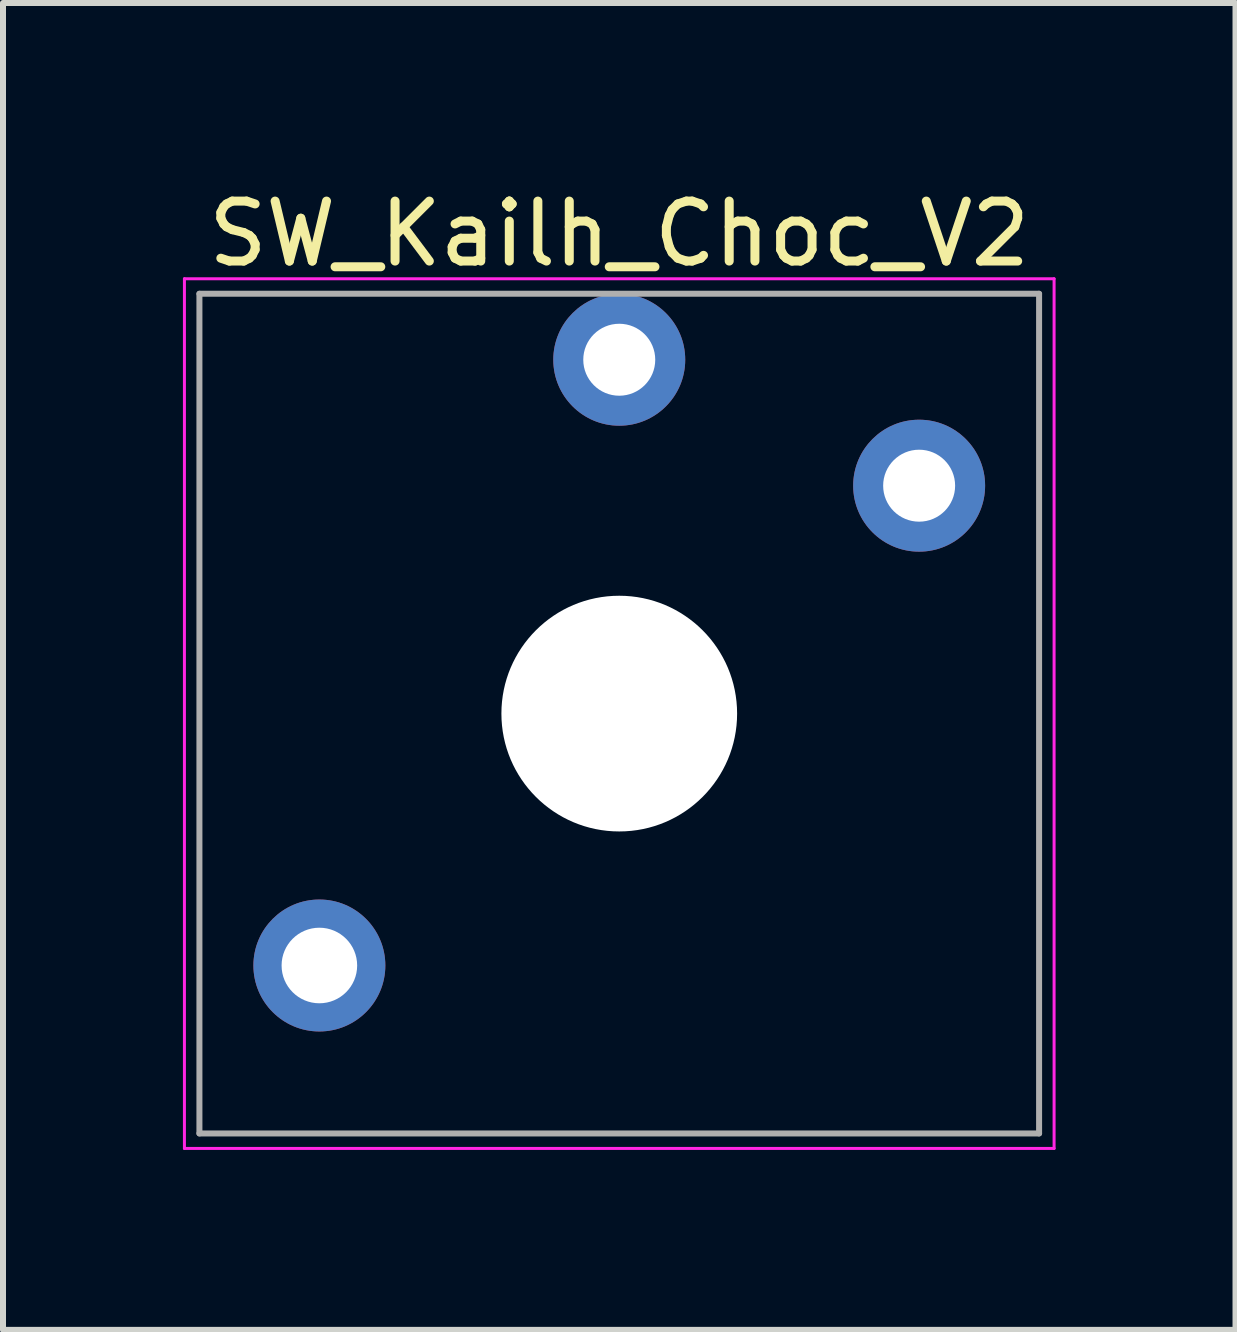
<source format=kicad_pcb>
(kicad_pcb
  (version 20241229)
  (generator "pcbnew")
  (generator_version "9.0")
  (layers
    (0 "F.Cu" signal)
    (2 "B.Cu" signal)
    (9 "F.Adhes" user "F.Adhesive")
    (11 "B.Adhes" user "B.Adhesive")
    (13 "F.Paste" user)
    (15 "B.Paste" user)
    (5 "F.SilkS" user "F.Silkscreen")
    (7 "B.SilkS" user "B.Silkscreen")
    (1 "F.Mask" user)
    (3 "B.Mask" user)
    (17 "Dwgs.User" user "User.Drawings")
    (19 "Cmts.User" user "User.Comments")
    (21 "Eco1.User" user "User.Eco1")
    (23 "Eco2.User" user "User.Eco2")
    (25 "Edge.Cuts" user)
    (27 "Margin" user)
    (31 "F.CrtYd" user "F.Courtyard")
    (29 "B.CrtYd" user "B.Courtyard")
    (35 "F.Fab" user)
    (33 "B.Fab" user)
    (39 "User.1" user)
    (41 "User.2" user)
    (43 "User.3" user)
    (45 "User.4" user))
  (footprint "SW_Kailh_Choc_V2"
    (layer "F.Cu")
    (at 7.275 8.848)
    (property "Reference" "SW_Kailh_Choc_V2" (at 0 -8 0) (layer "F.SilkS") (effects (font (size 1 1) (thickness 0.15))))
    (attr through_hole)
    (fp_line (start -7.25 -7.25) (end -7.25 7.25) (stroke (width 0.05) (type solid)) (layer "F.CrtYd"))
    (fp_line (start -7.25 7.25) (end 7.25 7.25) (stroke (width 0.05) (type solid)) (layer "F.CrtYd"))
    (fp_line (start 7.25 -7.25) (end -7.25 -7.25) (stroke (width 0.05) (type solid)) (layer "F.CrtYd"))
    (fp_line (start 7.25 7.25) (end 7.25 -7.25) (stroke (width 0.05) (type solid)) (layer "F.CrtYd"))
    (fp_line (start -7 -7) (end -7 7) (stroke (width 0.1) (type solid)) (layer "F.Fab"))
    (fp_line (start -7 7) (end 7 7) (stroke (width 0.1) (type solid)) (layer "F.Fab"))
    (fp_line (start 7 -7) (end -7 -7) (stroke (width 0.1) (type solid)) (layer "F.Fab"))
    (fp_line (start 7 7) (end 7 -7) (stroke (width 0.1) (type solid)) (layer "F.Fab"))
    (pad "" thru_hole circle (at -5 4.2) (size 2.2 2.2) (drill 1.26) (layers "*.Cu" "B.Mask"))
    (pad "" np_thru_hole circle (at 0 0) (size 3.93 3.93) (drill 3.93) (layers "*.Cu" "*.Mask"))
    (pad "1" thru_hole circle (at 0 -5.9) (size 2.2 2.2) (drill 1.2) (layers "*.Cu" "B.Mask"))
    (pad "2" thru_hole circle (at 5 -3.8) (size 2.2 2.2) (drill 1.2) (layers "*.Cu" "B.Mask")))
  (gr_rect
    (start -3 -3)
    (end 17.55 19.123)
    (stroke (width 0.1) (type default))
    (fill no)
    (layer "Edge.Cuts")))
</source>
